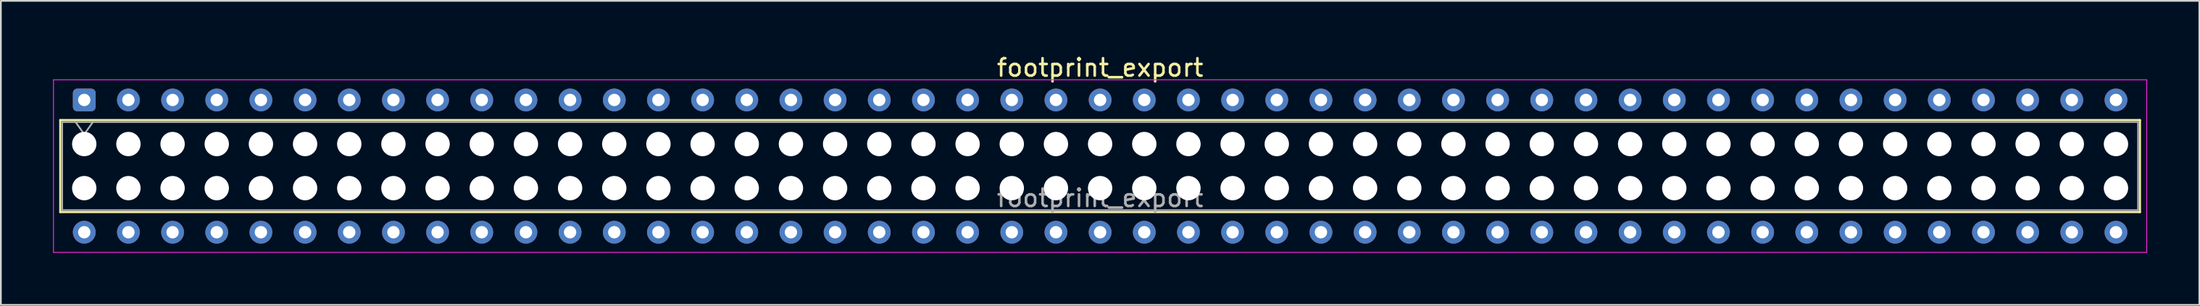
<source format=kicad_pcb>
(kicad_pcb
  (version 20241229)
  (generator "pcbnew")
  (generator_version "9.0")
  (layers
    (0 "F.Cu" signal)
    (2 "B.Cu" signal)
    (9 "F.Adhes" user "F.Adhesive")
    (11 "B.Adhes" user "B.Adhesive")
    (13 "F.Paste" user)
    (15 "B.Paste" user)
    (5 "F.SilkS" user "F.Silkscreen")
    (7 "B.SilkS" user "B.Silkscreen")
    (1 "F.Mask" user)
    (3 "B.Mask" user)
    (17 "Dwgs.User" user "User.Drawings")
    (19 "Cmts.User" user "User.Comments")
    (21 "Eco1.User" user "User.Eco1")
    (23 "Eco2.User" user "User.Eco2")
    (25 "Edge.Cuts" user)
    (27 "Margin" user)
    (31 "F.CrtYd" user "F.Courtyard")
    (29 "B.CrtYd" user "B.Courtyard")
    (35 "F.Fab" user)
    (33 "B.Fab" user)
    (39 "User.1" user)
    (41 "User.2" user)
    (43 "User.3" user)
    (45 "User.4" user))
  (footprint "footprint_export"
    (layer "F.Cu")
    (at 1.795 2.708)
    (property "Reference" "footprint_export" (at 58.42 -1.86 0) (layer "F.SilkS") (effects (font (size 1 1) (thickness 0.15))))
    (attr through_hole)
    (fp_line (start -1.38 1.16) (end 118.22 1.16) (stroke (width 0.12) (type solid)) (layer "F.SilkS"))
    (fp_line (start -1.38 6.46) (end -1.38 1.16) (stroke (width 0.12) (type solid)) (layer "F.SilkS"))
    (fp_line (start 118.22 1.16) (end 118.22 6.46) (stroke (width 0.12) (type solid)) (layer "F.SilkS"))
    (fp_line (start 118.22 6.46) (end -1.38 6.46) (stroke (width 0.12) (type solid)) (layer "F.SilkS"))
    (fp_line (start -1.77 -1.16) (end 118.61 -1.16) (stroke (width 0.05) (type solid)) (layer "F.CrtYd"))
    (fp_line (start -1.77 8.78) (end -1.77 -1.16) (stroke (width 0.05) (type solid)) (layer "F.CrtYd"))
    (fp_line (start 118.61 -1.16) (end 118.61 8.78) (stroke (width 0.05) (type solid)) (layer "F.CrtYd"))
    (fp_line (start 118.61 8.78) (end -1.77 8.78) (stroke (width 0.05) (type solid)) (layer "F.CrtYd"))
    (fp_line (start -1.27 1.27) (end 118.11 1.27) (stroke (width 0.1) (type solid)) (layer "F.Fab"))
    (fp_line (start -1.27 6.35) (end -1.27 1.27) (stroke (width 0.1) (type solid)) (layer "F.Fab"))
    (fp_line (start -0.5 1.27) (end 0 1.977) (stroke (width 0.1) (type solid)) (layer "F.Fab"))
    (fp_line (start 0 1.977) (end 0.5 1.27) (stroke (width 0.1) (type solid)) (layer "F.Fab"))
    (fp_line (start 118.11 1.27) (end 118.11 6.35) (stroke (width 0.1) (type solid)) (layer "F.Fab"))
    (fp_line (start 118.11 6.35) (end -1.27 6.35) (stroke (width 0.1) (type solid)) (layer "F.Fab"))
    (fp_text user "${REFERENCE}" (at 58.42 5.65 0) (layer "F.Fab") (effects (font (size 1 1) (thickness 0.15))))
    (pad "" np_thru_hole circle (at 0 2.54) (size 1.4 1.4) (drill 1.4) (layers "*.Cu" "*.Mask"))
    (pad "" np_thru_hole circle (at 0 5.08) (size 1.4 1.4) (drill 1.4) (layers "*.Cu" "*.Mask"))
    (pad "" np_thru_hole circle (at 2.54 2.54) (size 1.4 1.4) (drill 1.4) (layers "*.Cu" "*.Mask"))
    (pad "" np_thru_hole circle (at 2.54 5.08) (size 1.4 1.4) (drill 1.4) (layers "*.Cu" "*.Mask"))
    (pad "" np_thru_hole circle (at 5.08 2.54) (size 1.4 1.4) (drill 1.4) (layers "*.Cu" "*.Mask"))
    (pad "" np_thru_hole circle (at 5.08 5.08) (size 1.4 1.4) (drill 1.4) (layers "*.Cu" "*.Mask"))
    (pad "" np_thru_hole circle (at 7.62 2.54) (size 1.4 1.4) (drill 1.4) (layers "*.Cu" "*.Mask"))
    (pad "" np_thru_hole circle (at 7.62 5.08) (size 1.4 1.4) (drill 1.4) (layers "*.Cu" "*.Mask"))
    (pad "" np_thru_hole circle (at 10.16 2.54) (size 1.4 1.4) (drill 1.4) (layers "*.Cu" "*.Mask"))
    (pad "" np_thru_hole circle (at 10.16 5.08) (size 1.4 1.4) (drill 1.4) (layers "*.Cu" "*.Mask"))
    (pad "" np_thru_hole circle (at 12.7 2.54) (size 1.4 1.4) (drill 1.4) (layers "*.Cu" "*.Mask"))
    (pad "" np_thru_hole circle (at 12.7 5.08) (size 1.4 1.4) (drill 1.4) (layers "*.Cu" "*.Mask"))
    (pad "" np_thru_hole circle (at 15.24 2.54) (size 1.4 1.4) (drill 1.4) (layers "*.Cu" "*.Mask"))
    (pad "" np_thru_hole circle (at 15.24 5.08) (size 1.4 1.4) (drill 1.4) (layers "*.Cu" "*.Mask"))
    (pad "" np_thru_hole circle (at 17.78 2.54) (size 1.4 1.4) (drill 1.4) (layers "*.Cu" "*.Mask"))
    (pad "" np_thru_hole circle (at 17.78 5.08) (size 1.4 1.4) (drill 1.4) (layers "*.Cu" "*.Mask"))
    (pad "" np_thru_hole circle (at 20.32 2.54) (size 1.4 1.4) (drill 1.4) (layers "*.Cu" "*.Mask"))
    (pad "" np_thru_hole circle (at 20.32 5.08) (size 1.4 1.4) (drill 1.4) (layers "*.Cu" "*.Mask"))
    (pad "" np_thru_hole circle (at 22.86 2.54) (size 1.4 1.4) (drill 1.4) (layers "*.Cu" "*.Mask"))
    (pad "" np_thru_hole circle (at 22.86 5.08) (size 1.4 1.4) (drill 1.4) (layers "*.Cu" "*.Mask"))
    (pad "" np_thru_hole circle (at 25.4 2.54) (size 1.4 1.4) (drill 1.4) (layers "*.Cu" "*.Mask"))
    (pad "" np_thru_hole circle (at 25.4 5.08) (size 1.4 1.4) (drill 1.4) (layers "*.Cu" "*.Mask"))
    (pad "" np_thru_hole circle (at 27.94 2.54) (size 1.4 1.4) (drill 1.4) (layers "*.Cu" "*.Mask"))
    (pad "" np_thru_hole circle (at 27.94 5.08) (size 1.4 1.4) (drill 1.4) (layers "*.Cu" "*.Mask"))
    (pad "" np_thru_hole circle (at 30.48 2.54) (size 1.4 1.4) (drill 1.4) (layers "*.Cu" "*.Mask"))
    (pad "" np_thru_hole circle (at 30.48 5.08) (size 1.4 1.4) (drill 1.4) (layers "*.Cu" "*.Mask"))
    (pad "" np_thru_hole circle (at 33.02 2.54) (size 1.4 1.4) (drill 1.4) (layers "*.Cu" "*.Mask"))
    (pad "" np_thru_hole circle (at 33.02 5.08) (size 1.4 1.4) (drill 1.4) (layers "*.Cu" "*.Mask"))
    (pad "" np_thru_hole circle (at 35.56 2.54) (size 1.4 1.4) (drill 1.4) (layers "*.Cu" "*.Mask"))
    (pad "" np_thru_hole circle (at 35.56 5.08) (size 1.4 1.4) (drill 1.4) (layers "*.Cu" "*.Mask"))
    (pad "" np_thru_hole circle (at 38.1 2.54) (size 1.4 1.4) (drill 1.4) (layers "*.Cu" "*.Mask"))
    (pad "" np_thru_hole circle (at 38.1 5.08) (size 1.4 1.4) (drill 1.4) (layers "*.Cu" "*.Mask"))
    (pad "" np_thru_hole circle (at 40.64 2.54) (size 1.4 1.4) (drill 1.4) (layers "*.Cu" "*.Mask"))
    (pad "" np_thru_hole circle (at 40.64 5.08) (size 1.4 1.4) (drill 1.4) (layers "*.Cu" "*.Mask"))
    (pad "" np_thru_hole circle (at 43.18 2.54) (size 1.4 1.4) (drill 1.4) (layers "*.Cu" "*.Mask"))
    (pad "" np_thru_hole circle (at 43.18 5.08) (size 1.4 1.4) (drill 1.4) (layers "*.Cu" "*.Mask"))
    (pad "" np_thru_hole circle (at 45.72 2.54) (size 1.4 1.4) (drill 1.4) (layers "*.Cu" "*.Mask"))
    (pad "" np_thru_hole circle (at 45.72 5.08) (size 1.4 1.4) (drill 1.4) (layers "*.Cu" "*.Mask"))
    (pad "" np_thru_hole circle (at 48.26 2.54) (size 1.4 1.4) (drill 1.4) (layers "*.Cu" "*.Mask"))
    (pad "" np_thru_hole circle (at 48.26 5.08) (size 1.4 1.4) (drill 1.4) (layers "*.Cu" "*.Mask"))
    (pad "" np_thru_hole circle (at 50.8 2.54) (size 1.4 1.4) (drill 1.4) (layers "*.Cu" "*.Mask"))
    (pad "" np_thru_hole circle (at 50.8 5.08) (size 1.4 1.4) (drill 1.4) (layers "*.Cu" "*.Mask"))
    (pad "" np_thru_hole circle (at 53.34 2.54) (size 1.4 1.4) (drill 1.4) (layers "*.Cu" "*.Mask"))
    (pad "" np_thru_hole circle (at 53.34 5.08) (size 1.4 1.4) (drill 1.4) (layers "*.Cu" "*.Mask"))
    (pad "" np_thru_hole circle (at 55.88 2.54) (size 1.4 1.4) (drill 1.4) (layers "*.Cu" "*.Mask"))
    (pad "" np_thru_hole circle (at 55.88 5.08) (size 1.4 1.4) (drill 1.4) (layers "*.Cu" "*.Mask"))
    (pad "" np_thru_hole circle (at 58.42 2.54) (size 1.4 1.4) (drill 1.4) (layers "*.Cu" "*.Mask"))
    (pad "" np_thru_hole circle (at 58.42 5.08) (size 1.4 1.4) (drill 1.4) (layers "*.Cu" "*.Mask"))
    (pad "" np_thru_hole circle (at 60.96 2.54) (size 1.4 1.4) (drill 1.4) (layers "*.Cu" "*.Mask"))
    (pad "" np_thru_hole circle (at 60.96 5.08) (size 1.4 1.4) (drill 1.4) (layers "*.Cu" "*.Mask"))
    (pad "" np_thru_hole circle (at 63.5 2.54) (size 1.4 1.4) (drill 1.4) (layers "*.Cu" "*.Mask"))
    (pad "" np_thru_hole circle (at 63.5 5.08) (size 1.4 1.4) (drill 1.4) (layers "*.Cu" "*.Mask"))
    (pad "" np_thru_hole circle (at 66.04 2.54) (size 1.4 1.4) (drill 1.4) (layers "*.Cu" "*.Mask"))
    (pad "" np_thru_hole circle (at 66.04 5.08) (size 1.4 1.4) (drill 1.4) (layers "*.Cu" "*.Mask"))
    (pad "" np_thru_hole circle (at 68.58 2.54) (size 1.4 1.4) (drill 1.4) (layers "*.Cu" "*.Mask"))
    (pad "" np_thru_hole circle (at 68.58 5.08) (size 1.4 1.4) (drill 1.4) (layers "*.Cu" "*.Mask"))
    (pad "" np_thru_hole circle (at 71.12 2.54) (size 1.4 1.4) (drill 1.4) (layers "*.Cu" "*.Mask"))
    (pad "" np_thru_hole circle (at 71.12 5.08) (size 1.4 1.4) (drill 1.4) (layers "*.Cu" "*.Mask"))
    (pad "" np_thru_hole circle (at 73.66 2.54) (size 1.4 1.4) (drill 1.4) (layers "*.Cu" "*.Mask"))
    (pad "" np_thru_hole circle (at 73.66 5.08) (size 1.4 1.4) (drill 1.4) (layers "*.Cu" "*.Mask"))
    (pad "" np_thru_hole circle (at 76.2 2.54) (size 1.4 1.4) (drill 1.4) (layers "*.Cu" "*.Mask"))
    (pad "" np_thru_hole circle (at 76.2 5.08) (size 1.4 1.4) (drill 1.4) (layers "*.Cu" "*.Mask"))
    (pad "" np_thru_hole circle (at 78.74 2.54) (size 1.4 1.4) (drill 1.4) (layers "*.Cu" "*.Mask"))
    (pad "" np_thru_hole circle (at 78.74 5.08) (size 1.4 1.4) (drill 1.4) (layers "*.Cu" "*.Mask"))
    (pad "" np_thru_hole circle (at 81.28 2.54) (size 1.4 1.4) (drill 1.4) (layers "*.Cu" "*.Mask"))
    (pad "" np_thru_hole circle (at 81.28 5.08) (size 1.4 1.4) (drill 1.4) (layers "*.Cu" "*.Mask"))
    (pad "" np_thru_hole circle (at 83.82 2.54) (size 1.4 1.4) (drill 1.4) (layers "*.Cu" "*.Mask"))
    (pad "" np_thru_hole circle (at 83.82 5.08) (size 1.4 1.4) (drill 1.4) (layers "*.Cu" "*.Mask"))
    (pad "" np_thru_hole circle (at 86.36 2.54) (size 1.4 1.4) (drill 1.4) (layers "*.Cu" "*.Mask"))
    (pad "" np_thru_hole circle (at 86.36 5.08) (size 1.4 1.4) (drill 1.4) (layers "*.Cu" "*.Mask"))
    (pad "" np_thru_hole circle (at 88.9 2.54) (size 1.4 1.4) (drill 1.4) (layers "*.Cu" "*.Mask"))
    (pad "" np_thru_hole circle (at 88.9 5.08) (size 1.4 1.4) (drill 1.4) (layers "*.Cu" "*.Mask"))
    (pad "" np_thru_hole circle (at 91.44 2.54) (size 1.4 1.4) (drill 1.4) (layers "*.Cu" "*.Mask"))
    (pad "" np_thru_hole circle (at 91.44 5.08) (size 1.4 1.4) (drill 1.4) (layers "*.Cu" "*.Mask"))
    (pad "" np_thru_hole circle (at 93.98 2.54) (size 1.4 1.4) (drill 1.4) (layers "*.Cu" "*.Mask"))
    (pad "" np_thru_hole circle (at 93.98 5.08) (size 1.4 1.4) (drill 1.4) (layers "*.Cu" "*.Mask"))
    (pad "" np_thru_hole circle (at 96.52 2.54) (size 1.4 1.4) (drill 1.4) (layers "*.Cu" "*.Mask"))
    (pad "" np_thru_hole circle (at 96.52 5.08) (size 1.4 1.4) (drill 1.4) (layers "*.Cu" "*.Mask"))
    (pad "" np_thru_hole circle (at 99.06 2.54) (size 1.4 1.4) (drill 1.4) (layers "*.Cu" "*.Mask"))
    (pad "" np_thru_hole circle (at 99.06 5.08) (size 1.4 1.4) (drill 1.4) (layers "*.Cu" "*.Mask"))
    (pad "" np_thru_hole circle (at 101.6 2.54) (size 1.4 1.4) (drill 1.4) (layers "*.Cu" "*.Mask"))
    (pad "" np_thru_hole circle (at 101.6 5.08) (size 1.4 1.4) (drill 1.4) (layers "*.Cu" "*.Mask"))
    (pad "" np_thru_hole circle (at 104.14 2.54) (size 1.4 1.4) (drill 1.4) (layers "*.Cu" "*.Mask"))
    (pad "" np_thru_hole circle (at 104.14 5.08) (size 1.4 1.4) (drill 1.4) (layers "*.Cu" "*.Mask"))
    (pad "" np_thru_hole circle (at 106.68 2.54) (size 1.4 1.4) (drill 1.4) (layers "*.Cu" "*.Mask"))
    (pad "" np_thru_hole circle (at 106.68 5.08) (size 1.4 1.4) (drill 1.4) (layers "*.Cu" "*.Mask"))
    (pad "" np_thru_hole circle (at 109.22 2.54) (size 1.4 1.4) (drill 1.4) (layers "*.Cu" "*.Mask"))
    (pad "" np_thru_hole circle (at 109.22 5.08) (size 1.4 1.4) (drill 1.4) (layers "*.Cu" "*.Mask"))
    (pad "" np_thru_hole circle (at 111.76 2.54) (size 1.4 1.4) (drill 1.4) (layers "*.Cu" "*.Mask"))
    (pad "" np_thru_hole circle (at 111.76 5.08) (size 1.4 1.4) (drill 1.4) (layers "*.Cu" "*.Mask"))
    (pad "" np_thru_hole circle (at 114.3 2.54) (size 1.4 1.4) (drill 1.4) (layers "*.Cu" "*.Mask"))
    (pad "" np_thru_hole circle (at 114.3 5.08) (size 1.4 1.4) (drill 1.4) (layers "*.Cu" "*.Mask"))
    (pad "" np_thru_hole circle (at 116.84 2.54) (size 1.4 1.4) (drill 1.4) (layers "*.Cu" "*.Mask"))
    (pad "" np_thru_hole circle (at 116.84 5.08) (size 1.4 1.4) (drill 1.4) (layers "*.Cu" "*.Mask"))
    (pad "1" thru_hole roundrect (at 0 0) (size 1.31 1.31) (drill 0.71) (layers "*.Cu" "*.Mask") (roundrect_rratio 0.191))
    (pad "2" thru_hole circle (at 0 7.62) (size 1.31 1.31) (drill 0.71) (layers "*.Cu" "*.Mask"))
    (pad "3" thru_hole circle (at 2.54 0) (size 1.31 1.31) (drill 0.71) (layers "*.Cu" "*.Mask"))
    (pad "4" thru_hole circle (at 2.54 7.62) (size 1.31 1.31) (drill 0.71) (layers "*.Cu" "*.Mask"))
    (pad "5" thru_hole circle (at 5.08 0) (size 1.31 1.31) (drill 0.71) (layers "*.Cu" "*.Mask"))
    (pad "6" thru_hole circle (at 5.08 7.62) (size 1.31 1.31) (drill 0.71) (layers "*.Cu" "*.Mask"))
    (pad "7" thru_hole circle (at 7.62 0) (size 1.31 1.31) (drill 0.71) (layers "*.Cu" "*.Mask"))
    (pad "8" thru_hole circle (at 7.62 7.62) (size 1.31 1.31) (drill 0.71) (layers "*.Cu" "*.Mask"))
    (pad "9" thru_hole circle (at 10.16 0) (size 1.31 1.31) (drill 0.71) (layers "*.Cu" "*.Mask"))
    (pad "10" thru_hole circle (at 10.16 7.62) (size 1.31 1.31) (drill 0.71) (layers "*.Cu" "*.Mask"))
    (pad "11" thru_hole circle (at 12.7 0) (size 1.31 1.31) (drill 0.71) (layers "*.Cu" "*.Mask"))
    (pad "12" thru_hole circle (at 12.7 7.62) (size 1.31 1.31) (drill 0.71) (layers "*.Cu" "*.Mask"))
    (pad "13" thru_hole circle (at 15.24 0) (size 1.31 1.31) (drill 0.71) (layers "*.Cu" "*.Mask"))
    (pad "14" thru_hole circle (at 15.24 7.62) (size 1.31 1.31) (drill 0.71) (layers "*.Cu" "*.Mask"))
    (pad "15" thru_hole circle (at 17.78 0) (size 1.31 1.31) (drill 0.71) (layers "*.Cu" "*.Mask"))
    (pad "16" thru_hole circle (at 17.78 7.62) (size 1.31 1.31) (drill 0.71) (layers "*.Cu" "*.Mask"))
    (pad "17" thru_hole circle (at 20.32 0) (size 1.31 1.31) (drill 0.71) (layers "*.Cu" "*.Mask"))
    (pad "18" thru_hole circle (at 20.32 7.62) (size 1.31 1.31) (drill 0.71) (layers "*.Cu" "*.Mask"))
    (pad "19" thru_hole circle (at 22.86 0) (size 1.31 1.31) (drill 0.71) (layers "*.Cu" "*.Mask"))
    (pad "20" thru_hole circle (at 22.86 7.62) (size 1.31 1.31) (drill 0.71) (layers "*.Cu" "*.Mask"))
    (pad "21" thru_hole circle (at 25.4 0) (size 1.31 1.31) (drill 0.71) (layers "*.Cu" "*.Mask"))
    (pad "22" thru_hole circle (at 25.4 7.62) (size 1.31 1.31) (drill 0.71) (layers "*.Cu" "*.Mask"))
    (pad "23" thru_hole circle (at 27.94 0) (size 1.31 1.31) (drill 0.71) (layers "*.Cu" "*.Mask"))
    (pad "24" thru_hole circle (at 27.94 7.62) (size 1.31 1.31) (drill 0.71) (layers "*.Cu" "*.Mask"))
    (pad "25" thru_hole circle (at 30.48 0) (size 1.31 1.31) (drill 0.71) (layers "*.Cu" "*.Mask"))
    (pad "26" thru_hole circle (at 30.48 7.62) (size 1.31 1.31) (drill 0.71) (layers "*.Cu" "*.Mask"))
    (pad "27" thru_hole circle (at 33.02 0) (size 1.31 1.31) (drill 0.71) (layers "*.Cu" "*.Mask"))
    (pad "28" thru_hole circle (at 33.02 7.62) (size 1.31 1.31) (drill 0.71) (layers "*.Cu" "*.Mask"))
    (pad "29" thru_hole circle (at 35.56 0) (size 1.31 1.31) (drill 0.71) (layers "*.Cu" "*.Mask"))
    (pad "30" thru_hole circle (at 35.56 7.62) (size 1.31 1.31) (drill 0.71) (layers "*.Cu" "*.Mask"))
    (pad "31" thru_hole circle (at 38.1 0) (size 1.31 1.31) (drill 0.71) (layers "*.Cu" "*.Mask"))
    (pad "32" thru_hole circle (at 38.1 7.62) (size 1.31 1.31) (drill 0.71) (layers "*.Cu" "*.Mask"))
    (pad "33" thru_hole circle (at 40.64 0) (size 1.31 1.31) (drill 0.71) (layers "*.Cu" "*.Mask"))
    (pad "34" thru_hole circle (at 40.64 7.62) (size 1.31 1.31) (drill 0.71) (layers "*.Cu" "*.Mask"))
    (pad "35" thru_hole circle (at 43.18 0) (size 1.31 1.31) (drill 0.71) (layers "*.Cu" "*.Mask"))
    (pad "36" thru_hole circle (at 43.18 7.62) (size 1.31 1.31) (drill 0.71) (layers "*.Cu" "*.Mask"))
    (pad "37" thru_hole circle (at 45.72 0) (size 1.31 1.31) (drill 0.71) (layers "*.Cu" "*.Mask"))
    (pad "38" thru_hole circle (at 45.72 7.62) (size 1.31 1.31) (drill 0.71) (layers "*.Cu" "*.Mask"))
    (pad "39" thru_hole circle (at 48.26 0) (size 1.31 1.31) (drill 0.71) (layers "*.Cu" "*.Mask"))
    (pad "40" thru_hole circle (at 48.26 7.62) (size 1.31 1.31) (drill 0.71) (layers "*.Cu" "*.Mask"))
    (pad "41" thru_hole circle (at 50.8 0) (size 1.31 1.31) (drill 0.71) (layers "*.Cu" "*.Mask"))
    (pad "42" thru_hole circle (at 50.8 7.62) (size 1.31 1.31) (drill 0.71) (layers "*.Cu" "*.Mask"))
    (pad "43" thru_hole circle (at 53.34 0) (size 1.31 1.31) (drill 0.71) (layers "*.Cu" "*.Mask"))
    (pad "44" thru_hole circle (at 53.34 7.62) (size 1.31 1.31) (drill 0.71) (layers "*.Cu" "*.Mask"))
    (pad "45" thru_hole circle (at 55.88 0) (size 1.31 1.31) (drill 0.71) (layers "*.Cu" "*.Mask"))
    (pad "46" thru_hole circle (at 55.88 7.62) (size 1.31 1.31) (drill 0.71) (layers "*.Cu" "*.Mask"))
    (pad "47" thru_hole circle (at 58.42 0) (size 1.31 1.31) (drill 0.71) (layers "*.Cu" "*.Mask"))
    (pad "48" thru_hole circle (at 58.42 7.62) (size 1.31 1.31) (drill 0.71) (layers "*.Cu" "*.Mask"))
    (pad "49" thru_hole circle (at 60.96 0) (size 1.31 1.31) (drill 0.71) (layers "*.Cu" "*.Mask"))
    (pad "50" thru_hole circle (at 60.96 7.62) (size 1.31 1.31) (drill 0.71) (layers "*.Cu" "*.Mask"))
    (pad "51" thru_hole circle (at 63.5 0) (size 1.31 1.31) (drill 0.71) (layers "*.Cu" "*.Mask"))
    (pad "52" thru_hole circle (at 63.5 7.62) (size 1.31 1.31) (drill 0.71) (layers "*.Cu" "*.Mask"))
    (pad "53" thru_hole circle (at 66.04 0) (size 1.31 1.31) (drill 0.71) (layers "*.Cu" "*.Mask"))
    (pad "54" thru_hole circle (at 66.04 7.62) (size 1.31 1.31) (drill 0.71) (layers "*.Cu" "*.Mask"))
    (pad "55" thru_hole circle (at 68.58 0) (size 1.31 1.31) (drill 0.71) (layers "*.Cu" "*.Mask"))
    (pad "56" thru_hole circle (at 68.58 7.62) (size 1.31 1.31) (drill 0.71) (layers "*.Cu" "*.Mask"))
    (pad "57" thru_hole circle (at 71.12 0) (size 1.31 1.31) (drill 0.71) (layers "*.Cu" "*.Mask"))
    (pad "58" thru_hole circle (at 71.12 7.62) (size 1.31 1.31) (drill 0.71) (layers "*.Cu" "*.Mask"))
    (pad "59" thru_hole circle (at 73.66 0) (size 1.31 1.31) (drill 0.71) (layers "*.Cu" "*.Mask"))
    (pad "60" thru_hole circle (at 73.66 7.62) (size 1.31 1.31) (drill 0.71) (layers "*.Cu" "*.Mask"))
    (pad "61" thru_hole circle (at 76.2 0) (size 1.31 1.31) (drill 0.71) (layers "*.Cu" "*.Mask"))
    (pad "62" thru_hole circle (at 76.2 7.62) (size 1.31 1.31) (drill 0.71) (layers "*.Cu" "*.Mask"))
    (pad "63" thru_hole circle (at 78.74 0) (size 1.31 1.31) (drill 0.71) (layers "*.Cu" "*.Mask"))
    (pad "64" thru_hole circle (at 78.74 7.62) (size 1.31 1.31) (drill 0.71) (layers "*.Cu" "*.Mask"))
    (pad "65" thru_hole circle (at 81.28 0) (size 1.31 1.31) (drill 0.71) (layers "*.Cu" "*.Mask"))
    (pad "66" thru_hole circle (at 81.28 7.62) (size 1.31 1.31) (drill 0.71) (layers "*.Cu" "*.Mask"))
    (pad "67" thru_hole circle (at 83.82 0) (size 1.31 1.31) (drill 0.71) (layers "*.Cu" "*.Mask"))
    (pad "68" thru_hole circle (at 83.82 7.62) (size 1.31 1.31) (drill 0.71) (layers "*.Cu" "*.Mask"))
    (pad "69" thru_hole circle (at 86.36 0) (size 1.31 1.31) (drill 0.71) (layers "*.Cu" "*.Mask"))
    (pad "70" thru_hole circle (at 86.36 7.62) (size 1.31 1.31) (drill 0.71) (layers "*.Cu" "*.Mask"))
    (pad "71" thru_hole circle (at 88.9 0) (size 1.31 1.31) (drill 0.71) (layers "*.Cu" "*.Mask"))
    (pad "72" thru_hole circle (at 88.9 7.62) (size 1.31 1.31) (drill 0.71) (layers "*.Cu" "*.Mask"))
    (pad "73" thru_hole circle (at 91.44 0) (size 1.31 1.31) (drill 0.71) (layers "*.Cu" "*.Mask"))
    (pad "74" thru_hole circle (at 91.44 7.62) (size 1.31 1.31) (drill 0.71) (layers "*.Cu" "*.Mask"))
    (pad "75" thru_hole circle (at 93.98 0) (size 1.31 1.31) (drill 0.71) (layers "*.Cu" "*.Mask"))
    (pad "76" thru_hole circle (at 93.98 7.62) (size 1.31 1.31) (drill 0.71) (layers "*.Cu" "*.Mask"))
    (pad "77" thru_hole circle (at 96.52 0) (size 1.31 1.31) (drill 0.71) (layers "*.Cu" "*.Mask"))
    (pad "78" thru_hole circle (at 96.52 7.62) (size 1.31 1.31) (drill 0.71) (layers "*.Cu" "*.Mask"))
    (pad "79" thru_hole circle (at 99.06 0) (size 1.31 1.31) (drill 0.71) (layers "*.Cu" "*.Mask"))
    (pad "80" thru_hole circle (at 99.06 7.62) (size 1.31 1.31) (drill 0.71) (layers "*.Cu" "*.Mask"))
    (pad "81" thru_hole circle (at 101.6 0) (size 1.31 1.31) (drill 0.71) (layers "*.Cu" "*.Mask"))
    (pad "82" thru_hole circle (at 101.6 7.62) (size 1.31 1.31) (drill 0.71) (layers "*.Cu" "*.Mask"))
    (pad "83" thru_hole circle (at 104.14 0) (size 1.31 1.31) (drill 0.71) (layers "*.Cu" "*.Mask"))
    (pad "84" thru_hole circle (at 104.14 7.62) (size 1.31 1.31) (drill 0.71) (layers "*.Cu" "*.Mask"))
    (pad "85" thru_hole circle (at 106.68 0) (size 1.31 1.31) (drill 0.71) (layers "*.Cu" "*.Mask"))
    (pad "86" thru_hole circle (at 106.68 7.62) (size 1.31 1.31) (drill 0.71) (layers "*.Cu" "*.Mask"))
    (pad "87" thru_hole circle (at 109.22 0) (size 1.31 1.31) (drill 0.71) (layers "*.Cu" "*.Mask"))
    (pad "88" thru_hole circle (at 109.22 7.62) (size 1.31 1.31) (drill 0.71) (layers "*.Cu" "*.Mask"))
    (pad "89" thru_hole circle (at 111.76 0) (size 1.31 1.31) (drill 0.71) (layers "*.Cu" "*.Mask"))
    (pad "90" thru_hole circle (at 111.76 7.62) (size 1.31 1.31) (drill 0.71) (layers "*.Cu" "*.Mask"))
    (pad "91" thru_hole circle (at 114.3 0) (size 1.31 1.31) (drill 0.71) (layers "*.Cu" "*.Mask"))
    (pad "92" thru_hole circle (at 114.3 7.62) (size 1.31 1.31) (drill 0.71) (layers "*.Cu" "*.Mask"))
    (pad "93" thru_hole circle (at 116.84 0) (size 1.31 1.31) (drill 0.71) (layers "*.Cu" "*.Mask"))
    (pad "94" thru_hole circle (at 116.84 7.62) (size 1.31 1.31) (drill 0.71) (layers "*.Cu" "*.Mask")))
  (gr_rect
    (start -3 -3)
    (end 123.43 14.513)
    (stroke (width 0.1) (type default))
    (fill no)
    (layer "Edge.Cuts")))
</source>
